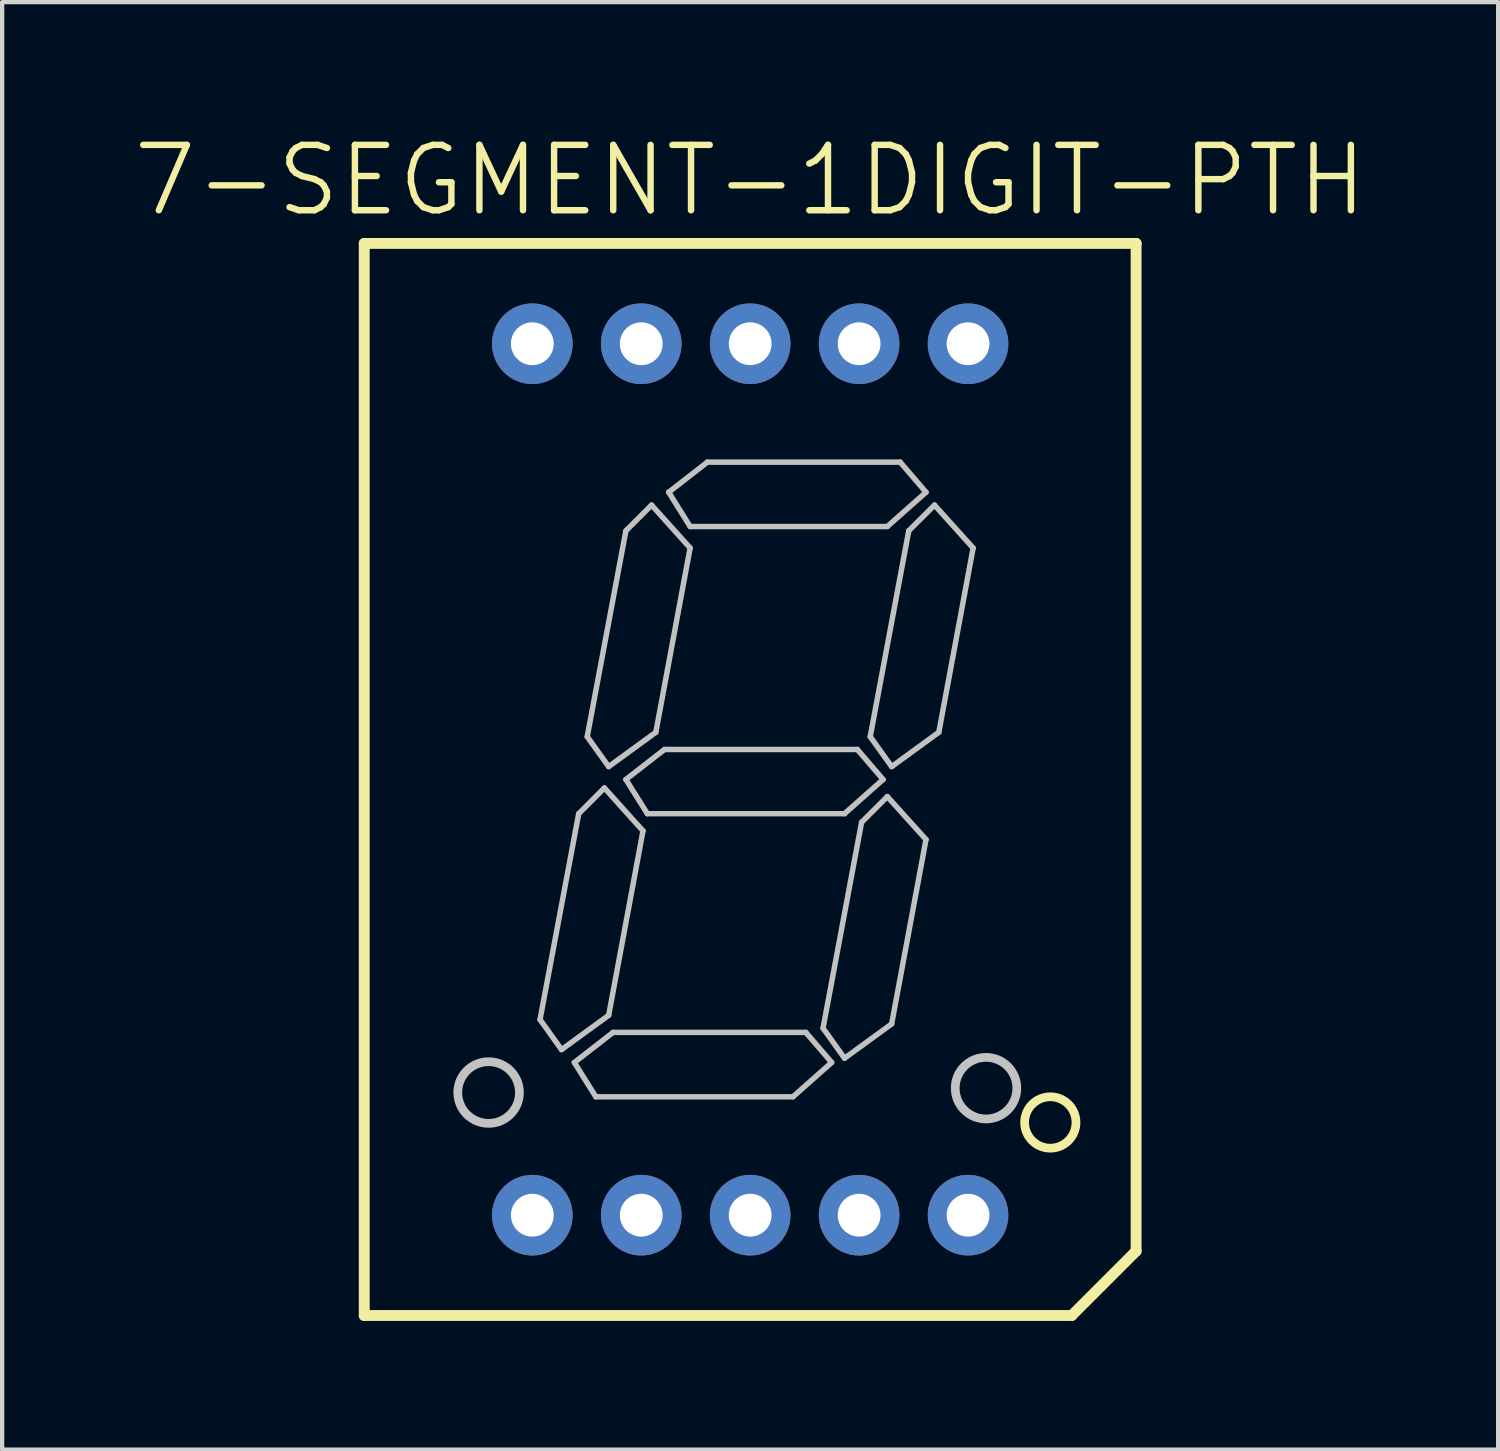
<source format=kicad_pcb>
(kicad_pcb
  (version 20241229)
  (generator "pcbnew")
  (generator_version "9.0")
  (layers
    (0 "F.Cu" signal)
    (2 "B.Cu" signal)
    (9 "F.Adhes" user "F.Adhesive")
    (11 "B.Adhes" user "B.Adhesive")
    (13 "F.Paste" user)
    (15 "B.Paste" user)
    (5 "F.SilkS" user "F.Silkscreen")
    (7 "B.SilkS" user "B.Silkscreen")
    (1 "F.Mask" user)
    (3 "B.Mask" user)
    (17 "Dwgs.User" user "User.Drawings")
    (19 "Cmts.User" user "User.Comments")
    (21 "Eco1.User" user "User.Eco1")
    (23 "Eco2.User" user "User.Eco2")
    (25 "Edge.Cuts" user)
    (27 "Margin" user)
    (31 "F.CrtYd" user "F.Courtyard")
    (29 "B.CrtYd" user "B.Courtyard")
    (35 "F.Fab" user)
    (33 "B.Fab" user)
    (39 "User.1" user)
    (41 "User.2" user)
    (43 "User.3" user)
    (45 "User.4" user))
  (footprint "7-SEGMENT-1DIGIT-PTH"
    (layer "F.Cu")
    (at 14.442 15.125)
    (property "Reference" "7-SEGMENT-1DIGIT-PTH" (at 0 -13.97 0) (layer "F.SilkS") (effects (font (size 1.524 1.524) (thickness 0.15))))
    (attr exclude_from_pos_files exclude_from_bom)
    (fp_line (start -8.999 -12.499) (end 8.999 -12.499) (stroke (width 0.254) (type solid)) (layer "F.SilkS"))
    (fp_line (start -8.999 12.499) (end -8.999 -12.499) (stroke (width 0.254) (type solid)) (layer "F.SilkS"))
    (fp_line (start 7.498 12.499) (end -8.999 12.499) (stroke (width 0.254) (type solid)) (layer "F.SilkS"))
    (fp_line (start 8.999 -12.499) (end 8.999 10.998) (stroke (width 0.254) (type solid)) (layer "F.SilkS"))
    (fp_line (start 8.999 10.998) (end 7.498 12.499) (stroke (width 0.254) (type solid)) (layer "F.SilkS"))
    (fp_circle (center 6.998 7.998) (end 6.998 7.399) (stroke (width 0.203) (type solid)) (fill no) (layer "F.SilkS"))
    (fp_line (start -4.9 5.598) (end -3.998 0.798) (stroke (width 0.127) (type solid)) (layer "Dwgs.User"))
    (fp_line (start -4.399 6.299) (end -4.9 5.598) (stroke (width 0.127) (type solid)) (layer "Dwgs.User"))
    (fp_line (start -4.1 6.599) (end -3.198 5.898) (stroke (width 0.127) (type solid)) (layer "Dwgs.User"))
    (fp_line (start -3.998 0.798) (end -3.399 0.198) (stroke (width 0.127) (type solid)) (layer "Dwgs.User"))
    (fp_line (start -3.8 -0.998) (end -2.898 -5.799) (stroke (width 0.127) (type solid)) (layer "Dwgs.User"))
    (fp_line (start -3.599 7.399) (end -4.1 6.599) (stroke (width 0.127) (type solid)) (layer "Dwgs.User"))
    (fp_line (start -3.399 0.198) (end -2.499 1.199) (stroke (width 0.127) (type solid)) (layer "Dwgs.User"))
    (fp_line (start -3.299 -0.3) (end -3.8 -0.998) (stroke (width 0.127) (type solid)) (layer "Dwgs.User"))
    (fp_line (start -3.299 5.499) (end -4.399 6.299) (stroke (width 0.127) (type solid)) (layer "Dwgs.User"))
    (fp_line (start -3.198 5.898) (end 1.298 5.898) (stroke (width 0.127) (type solid)) (layer "Dwgs.User"))
    (fp_line (start -2.898 -5.799) (end -2.299 -6.398) (stroke (width 0.127) (type solid)) (layer "Dwgs.User"))
    (fp_line (start -2.898 0) (end -1.999 -0.699) (stroke (width 0.127) (type solid)) (layer "Dwgs.User"))
    (fp_line (start -2.499 1.199) (end -3.299 5.499) (stroke (width 0.127) (type solid)) (layer "Dwgs.User"))
    (fp_line (start -2.398 0.798) (end -2.898 0) (stroke (width 0.127) (type solid)) (layer "Dwgs.User"))
    (fp_line (start -2.299 -6.398) (end -1.4 -5.397) (stroke (width 0.127) (type solid)) (layer "Dwgs.User"))
    (fp_line (start -2.2 -1.1) (end -3.299 -0.3) (stroke (width 0.127) (type solid)) (layer "Dwgs.User"))
    (fp_line (start -1.999 -0.699) (end 2.499 -0.699) (stroke (width 0.127) (type solid)) (layer "Dwgs.User"))
    (fp_line (start -1.9 -6.698) (end -0.998 -7.399) (stroke (width 0.127) (type solid)) (layer "Dwgs.User"))
    (fp_line (start -1.4 -5.898) (end -1.9 -6.698) (stroke (width 0.127) (type solid)) (layer "Dwgs.User"))
    (fp_line (start -1.4 -5.397) (end -2.2 -1.1) (stroke (width 0.127) (type solid)) (layer "Dwgs.User"))
    (fp_line (start -0.998 -7.399) (end 3.498 -7.399) (stroke (width 0.127) (type solid)) (layer "Dwgs.User"))
    (fp_line (start 0.998 7.399) (end -3.599 7.399) (stroke (width 0.127) (type solid)) (layer "Dwgs.User"))
    (fp_line (start 1.298 5.898) (end 1.9 6.599) (stroke (width 0.127) (type solid)) (layer "Dwgs.User"))
    (fp_line (start 1.699 5.799) (end 2.598 0.998) (stroke (width 0.127) (type solid)) (layer "Dwgs.User"))
    (fp_line (start 1.9 6.599) (end 0.998 7.399) (stroke (width 0.127) (type solid)) (layer "Dwgs.User"))
    (fp_line (start 2.2 0.798) (end -2.398 0.798) (stroke (width 0.127) (type solid)) (layer "Dwgs.User"))
    (fp_line (start 2.2 6.5) (end 1.699 5.799) (stroke (width 0.127) (type solid)) (layer "Dwgs.User"))
    (fp_line (start 2.499 -0.699) (end 3.099 0) (stroke (width 0.127) (type solid)) (layer "Dwgs.User"))
    (fp_line (start 2.598 0.998) (end 3.198 0.399) (stroke (width 0.127) (type solid)) (layer "Dwgs.User"))
    (fp_line (start 2.799 -0.998) (end 3.698 -5.799) (stroke (width 0.127) (type solid)) (layer "Dwgs.User"))
    (fp_line (start 3.099 0) (end 2.2 0.798) (stroke (width 0.127) (type solid)) (layer "Dwgs.User"))
    (fp_line (start 3.198 -5.898) (end -1.4 -5.898) (stroke (width 0.127) (type solid)) (layer "Dwgs.User"))
    (fp_line (start 3.198 0.399) (end 4.1 1.4) (stroke (width 0.127) (type solid)) (layer "Dwgs.User"))
    (fp_line (start 3.299 -0.3) (end 2.799 -0.998) (stroke (width 0.127) (type solid)) (layer "Dwgs.User"))
    (fp_line (start 3.299 5.7) (end 2.2 6.5) (stroke (width 0.127) (type solid)) (layer "Dwgs.User"))
    (fp_line (start 3.498 -7.399) (end 4.1 -6.698) (stroke (width 0.127) (type solid)) (layer "Dwgs.User"))
    (fp_line (start 3.698 -5.799) (end 4.298 -6.398) (stroke (width 0.127) (type solid)) (layer "Dwgs.User"))
    (fp_line (start 4.1 -6.698) (end 3.198 -5.898) (stroke (width 0.127) (type solid)) (layer "Dwgs.User"))
    (fp_line (start 4.1 1.4) (end 3.299 5.7) (stroke (width 0.127) (type solid)) (layer "Dwgs.User"))
    (fp_line (start 4.298 -6.398) (end 5.199 -5.397) (stroke (width 0.127) (type solid)) (layer "Dwgs.User"))
    (fp_line (start 4.399 -1.1) (end 3.299 -0.3) (stroke (width 0.127) (type solid)) (layer "Dwgs.User"))
    (fp_line (start 5.199 -5.397) (end 4.399 -1.1) (stroke (width 0.127) (type solid)) (layer "Dwgs.User"))
    (fp_circle (center -6.099 7.3) (end -6.099 6.581) (stroke (width 0.203) (type solid)) (fill no) (layer "Dwgs.User"))
    (fp_circle (center 5.499 7.198) (end 5.499 6.48) (stroke (width 0.203) (type solid)) (fill no) (layer "Dwgs.User"))
    (pad "1" thru_hole circle (at -5.08 10.16) (size 1.88 1.88) (drill 0.998) (layers "*.Cu" "*.Paste" "*.Mask"))
    (pad "2" thru_hole circle (at -2.54 10.16) (size 1.88 1.88) (drill 0.998) (layers "*.Cu" "*.Paste" "*.Mask"))
    (pad "3" thru_hole circle (at 0 10.16) (size 1.88 1.88) (drill 0.998) (layers "*.Cu" "*.Paste" "*.Mask"))
    (pad "4" thru_hole circle (at 2.54 10.16) (size 1.88 1.88) (drill 0.998) (layers "*.Cu" "*.Paste" "*.Mask"))
    (pad "5" thru_hole circle (at 5.08 10.16) (size 1.88 1.88) (drill 0.998) (layers "*.Cu" "*.Paste" "*.Mask"))
    (pad "6" thru_hole circle (at 5.08 -10.16) (size 1.88 1.88) (drill 0.998) (layers "*.Cu" "*.Paste" "*.Mask"))
    (pad "7" thru_hole circle (at 2.54 -10.16) (size 1.88 1.88) (drill 0.998) (layers "*.Cu" "*.Paste" "*.Mask"))
    (pad "8" thru_hole circle (at 0 -10.16) (size 1.88 1.88) (drill 0.998) (layers "*.Cu" "*.Paste" "*.Mask"))
    (pad "9" thru_hole circle (at -2.54 -10.16) (size 1.88 1.88) (drill 0.998) (layers "*.Cu" "*.Paste" "*.Mask"))
    (pad "10" thru_hole circle (at -5.08 -10.16) (size 1.88 1.88) (drill 0.998) (layers "*.Cu" "*.Paste" "*.Mask")))
  (gr_rect
    (start -3 -3)
    (end 31.883 30.751)
    (stroke (width 0.1) (type default))
    (fill no)
    (layer "Edge.Cuts")))
</source>
